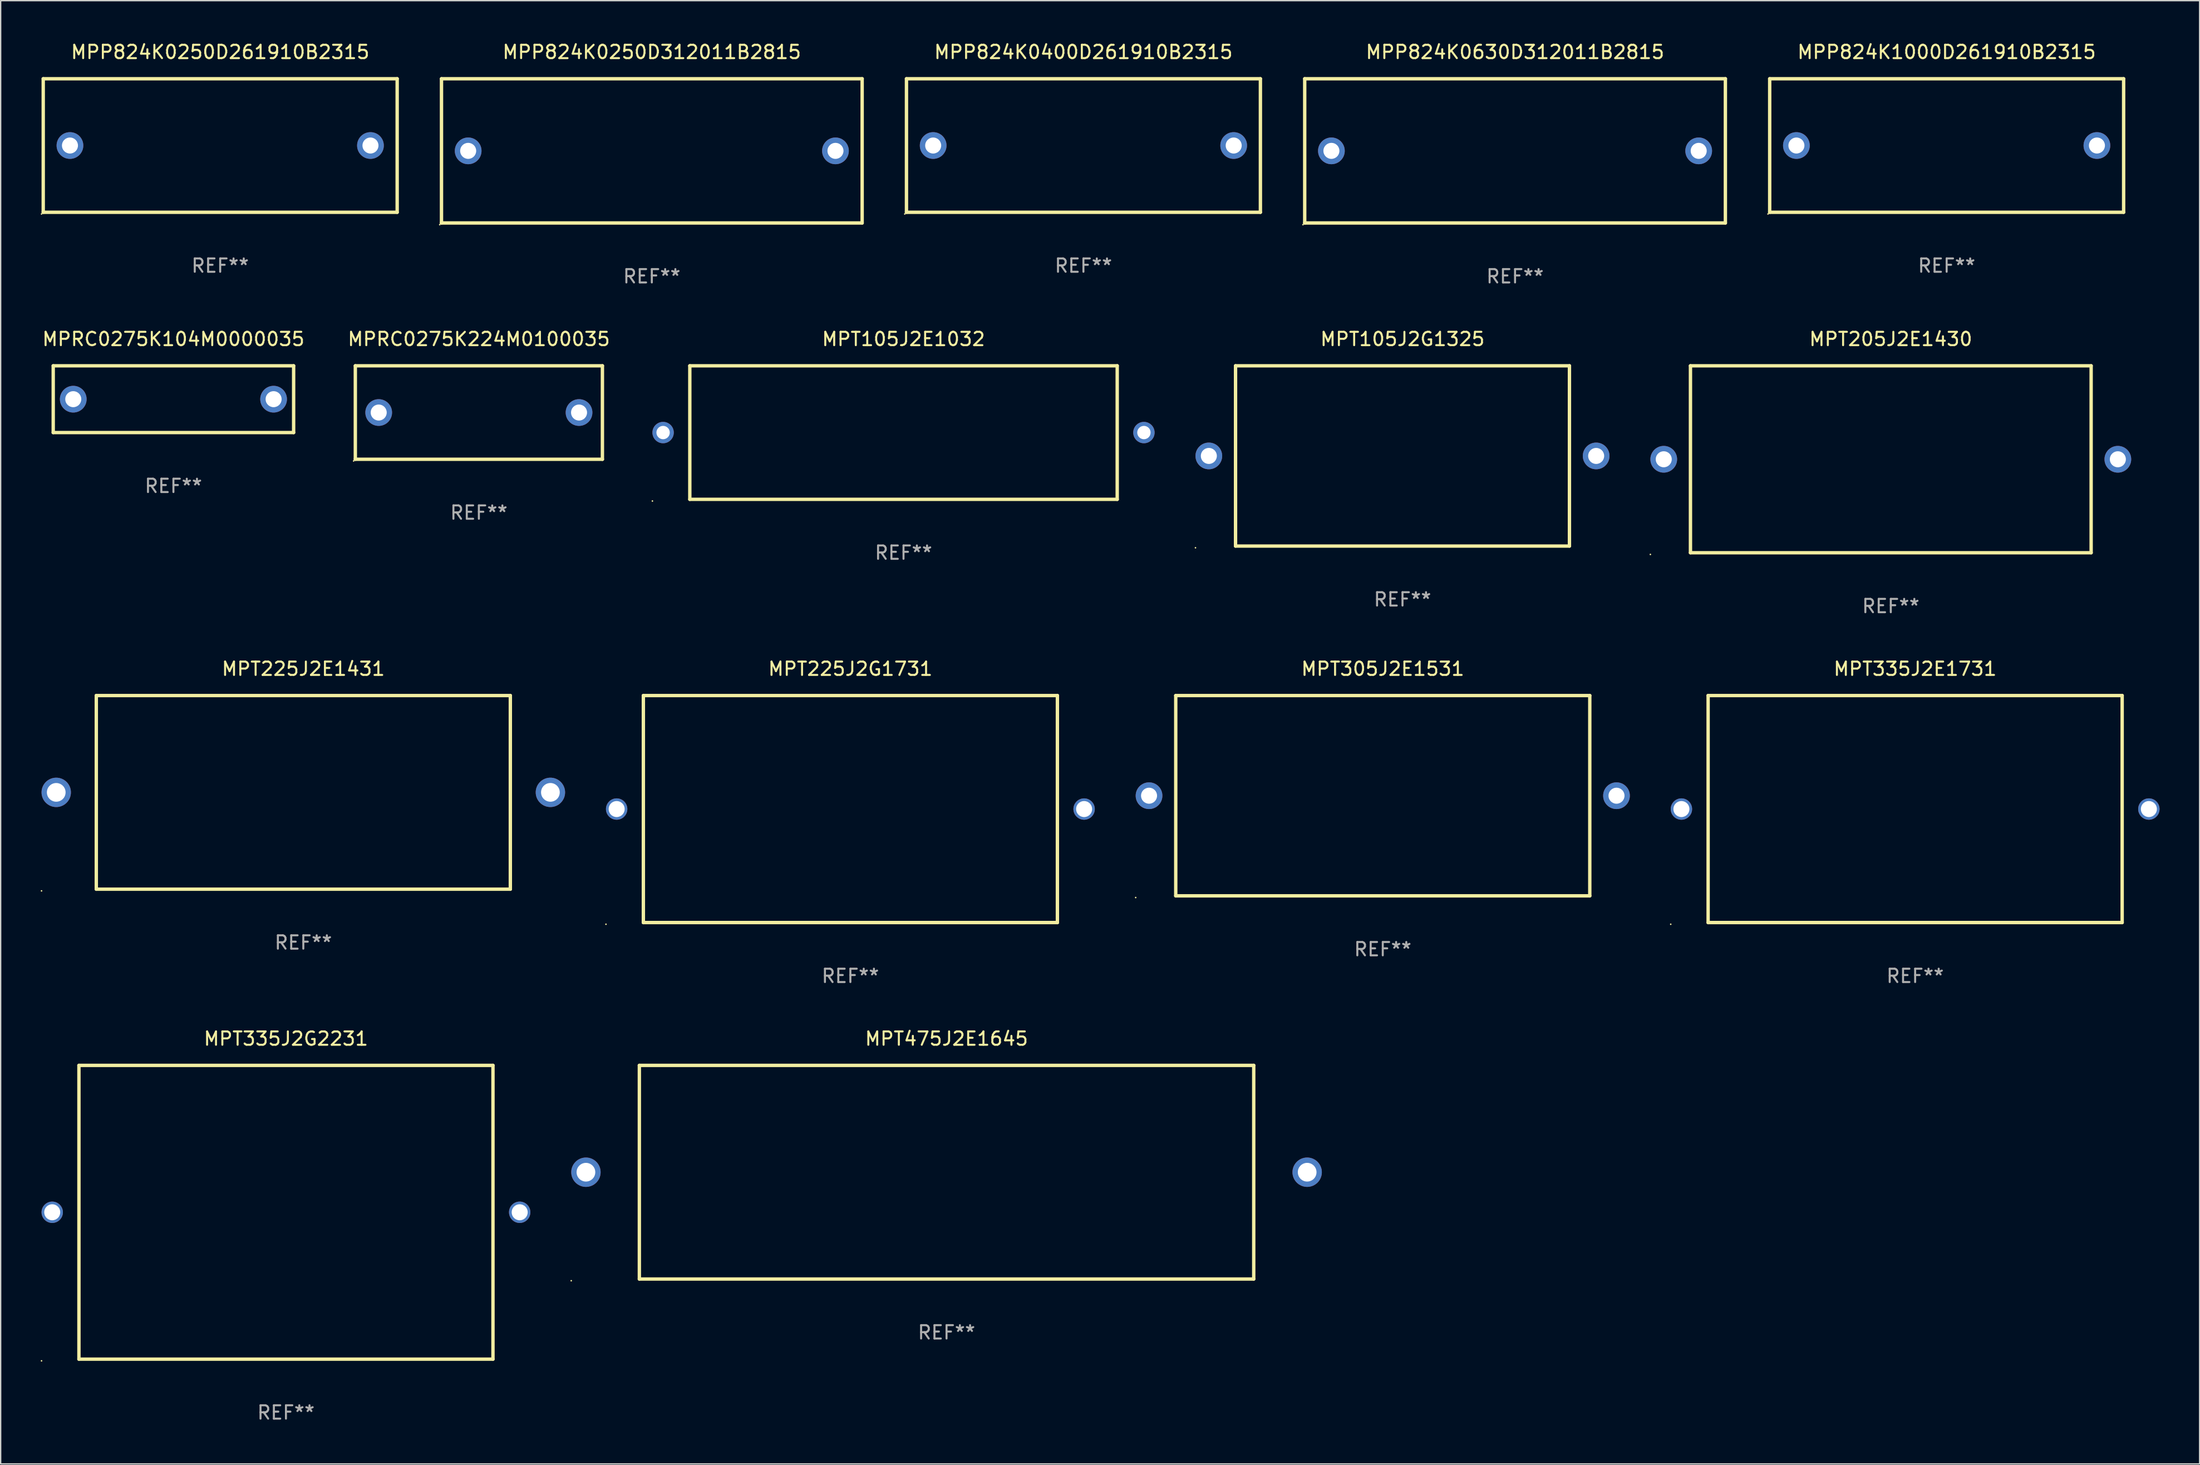
<source format=kicad_pcb>
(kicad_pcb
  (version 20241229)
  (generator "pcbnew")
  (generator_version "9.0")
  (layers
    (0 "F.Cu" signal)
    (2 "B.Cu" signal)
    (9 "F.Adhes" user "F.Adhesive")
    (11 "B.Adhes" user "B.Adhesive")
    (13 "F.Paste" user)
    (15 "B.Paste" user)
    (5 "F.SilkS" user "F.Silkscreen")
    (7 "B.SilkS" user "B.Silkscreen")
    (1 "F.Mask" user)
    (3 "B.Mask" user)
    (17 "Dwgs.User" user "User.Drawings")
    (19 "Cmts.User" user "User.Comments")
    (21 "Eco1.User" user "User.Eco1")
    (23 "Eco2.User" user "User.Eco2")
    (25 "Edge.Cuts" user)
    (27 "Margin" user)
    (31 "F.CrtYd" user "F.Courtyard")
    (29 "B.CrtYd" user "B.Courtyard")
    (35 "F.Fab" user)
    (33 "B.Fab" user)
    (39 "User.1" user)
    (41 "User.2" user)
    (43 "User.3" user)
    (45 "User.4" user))
  (footprint "MPT105J2G1325"
    (layer "F.Cu")
    (at 101.958 31.095)
    (property "Reference" "MPT105J2G1325" (at 0 -8.75 0) (layer "F.SilkS") (effects (font (size 1 1) (thickness 0.15))))
    (attr through_hole)
    (fp_line (start -12.5 -6.75) (end 12.5 -6.75) (stroke (width 0.254) (type solid)) (layer "F.SilkS"))
    (fp_line (start -12.5 6.75) (end -12.5 -6.75) (stroke (width 0.254) (type solid)) (layer "F.SilkS"))
    (fp_line (start -12.5 6.75) (end 12.5 6.75) (stroke (width 0.254) (type solid)) (layer "F.SilkS"))
    (fp_line (start 12.5 6.75) (end 12.5 -6.75) (stroke (width 0.254) (type solid)) (layer "F.SilkS"))
    (fp_circle (center -15.5 6.877) (end -15.47 6.877) (stroke (width 0.06) (type solid)) (fill no) (layer "F.SilkS"))
    (fp_text user "REF**" (at 0 10.75 0) (layer "F.Fab") (effects (font (size 1 1) (thickness 0.15))))
    (pad "1" thru_hole circle (at -14.5 0) (size 2 2) (drill 1.2) (layers "*.Cu" "*.Mask"))
    (pad "2" thru_hole circle (at 14.5 0) (size 2 2) (drill 1.2) (layers "*.Cu" "*.Mask")))
  (footprint "MPT105J2E1032"
    (layer "F.Cu")
    (at 64.598 29.345)
    (property "Reference" "MPT105J2E1032" (at 0 -7 0) (layer "F.SilkS") (effects (font (size 1 1) (thickness 0.15))))
    (attr through_hole)
    (fp_line (start -16 -5) (end 16 -5) (stroke (width 0.254) (type solid)) (layer "F.SilkS"))
    (fp_line (start -16 5) (end -16 -5) (stroke (width 0.254) (type solid)) (layer "F.SilkS"))
    (fp_line (start -16 5) (end 16 5) (stroke (width 0.254) (type solid)) (layer "F.SilkS"))
    (fp_line (start 16 5) (end 16 -5) (stroke (width 0.254) (type solid)) (layer "F.SilkS"))
    (fp_circle (center -18.8 5.127) (end -18.77 5.127) (stroke (width 0.06) (type solid)) (fill no) (layer "F.SilkS"))
    (fp_text user "REF**" (at 0 9 0) (layer "F.Fab") (effects (font (size 1 1) (thickness 0.15))))
    (pad "1" thru_hole circle (at -18 0) (size 1.6 1.6) (drill 1) (layers "*.Cu" "*.Mask"))
    (pad "2" thru_hole circle (at 18 0) (size 1.6 1.6) (drill 1) (layers "*.Cu" "*.Mask")))
  (footprint "MPT225J2E1431"
    (layer "F.Cu")
    (at 19.66 56.291)
    (property "Reference" "MPT225J2E1431" (at 0 -9.25 0) (layer "F.SilkS") (effects (font (size 1 1) (thickness 0.15))))
    (attr through_hole)
    (fp_line (start -15.5 -7.25) (end 15.5 -7.25) (stroke (width 0.254) (type solid)) (layer "F.SilkS"))
    (fp_line (start -15.5 7.25) (end -15.5 -7.25) (stroke (width 0.254) (type solid)) (layer "F.SilkS"))
    (fp_line (start 15.5 -7.25) (end 15.5 7.25) (stroke (width 0.254) (type solid)) (layer "F.SilkS"))
    (fp_line (start 15.5 7.25) (end -15.5 7.25) (stroke (width 0.254) (type solid)) (layer "F.SilkS"))
    (fp_circle (center -19.6 7.377) (end -19.57 7.377) (stroke (width 0.06) (type solid)) (fill no) (layer "F.SilkS"))
    (fp_text user "REF**" (at 0 11.25 0) (layer "F.Fab") (effects (font (size 1 1) (thickness 0.15))))
    (pad "1" thru_hole circle (at -18.5 -0.000013) (size 2.2 2.2) (drill 1.4) (layers "*.Cu" "*.Mask"))
    (pad "2" thru_hole circle (at 18.5 -0.000013) (size 2.2 2.2) (drill 1.4) (layers "*.Cu" "*.Mask")))
  (footprint "MPRC0275K104M0000035"
    (layer "F.Cu")
    (at 9.935 26.845)
    (property "Reference" "MPRC0275K104M0000035" (at 0 -4.5 0) (layer "F.SilkS") (effects (font (size 1 1) (thickness 0.15))))
    (attr through_hole)
    (fp_line (start -9 -2.5) (end 9 -2.5) (stroke (width 0.254) (type solid)) (layer "F.SilkS"))
    (fp_line (start -9 2.5) (end -9 -2.5) (stroke (width 0.254) (type solid)) (layer "F.SilkS"))
    (fp_line (start 9 -2.5) (end 9 2.5) (stroke (width 0.254) (type solid)) (layer "F.SilkS"))
    (fp_line (start 9 2.5) (end -9 2.5) (stroke (width 0.254) (type solid)) (layer "F.SilkS"))
    (fp_circle (center -9 2.5) (end -8.97 2.5) (stroke (width 0.06) (type solid)) (fill no) (layer "F.SilkS"))
    (fp_text user "REF**" (at 0 6.5 0) (layer "F.Fab") (effects (font (size 1 1) (thickness 0.15))))
    (pad "1" thru_hole circle (at -7.5 -0.000127) (size 2 2) (drill 1.2) (layers "*.Cu" "*.Mask"))
    (pad "2" thru_hole circle (at 7.5 -0.000127) (size 2 2) (drill 1.2) (layers "*.Cu" "*.Mask")))
  (footprint "MPP824K0250D312011B2815"
    (layer "F.Cu")
    (at 45.753 8.248)
    (property "Reference" "MPP824K0250D312011B2815" (at 0 -7.4 0) (layer "F.SilkS") (effects (font (size 1 1) (thickness 0.15))))
    (attr through_hole)
    (fp_line (start -15.748 -5.4) (end 15.752 -5.4) (stroke (width 0.254) (type solid)) (layer "F.SilkS"))
    (fp_line (start -15.748 5.4) (end -15.748 -5.4) (stroke (width 0.254) (type solid)) (layer "F.SilkS"))
    (fp_line (start 15.748 -5.4) (end 15.748 5.4) (stroke (width 0.254) (type solid)) (layer "F.SilkS"))
    (fp_line (start 15.748 5.4) (end -15.752 5.4) (stroke (width 0.254) (type solid)) (layer "F.SilkS"))
    (fp_circle (center -15.879 5.527) (end -15.849 5.527) (stroke (width 0.06) (type solid)) (fill no) (layer "F.SilkS"))
    (fp_text user "REF**" (at 0 9.4 0) (layer "F.Fab") (effects (font (size 1 1) (thickness 0.15))))
    (pad "1" thru_hole circle (at -13.75 0) (size 2 2) (drill 1.2) (layers "*.Cu" "*.Mask"))
    (pad "2" thru_hole circle (at 13.75 0) (size 2 2) (drill 1.2) (layers "*.Cu" "*.Mask")))
  (footprint "MPT225J2G1731"
    (layer "F.Cu")
    (at 60.62 57.541)
    (property "Reference" "MPT225J2G1731" (at 0 -10.5 0) (layer "F.SilkS") (effects (font (size 1 1) (thickness 0.15))))
    (attr through_hole)
    (fp_line (start -15.5 -8.5) (end 15.5 -8.5) (stroke (width 0.254) (type solid)) (layer "F.SilkS"))
    (fp_line (start -15.5 8.5) (end -15.5 -8.5) (stroke (width 0.254) (type solid)) (layer "F.SilkS"))
    (fp_line (start -15.5 8.5) (end 15.5 8.5) (stroke (width 0.254) (type solid)) (layer "F.SilkS"))
    (fp_line (start 15.5 8.5) (end 15.5 -8.5) (stroke (width 0.254) (type solid)) (layer "F.SilkS"))
    (fp_circle (center -18.3 8.627) (end -18.27 8.627) (stroke (width 0.06) (type solid)) (fill no) (layer "F.SilkS"))
    (fp_text user "REF**" (at 0 12.5 0) (layer "F.Fab") (effects (font (size 1 1) (thickness 0.15))))
    (pad "1" thru_hole circle (at -17.5 0) (size 1.6 1.6) (drill 1.2) (layers "*.Cu" "*.Mask"))
    (pad "2" thru_hole circle (at 17.5 0) (size 1.6 1.6) (drill 1.2) (layers "*.Cu" "*.Mask")))
  (footprint "MPT305J2E1531"
    (layer "F.Cu")
    (at 100.481 56.541)
    (property "Reference" "MPT305J2E1531" (at 0 -9.5 0) (layer "F.SilkS") (effects (font (size 1 1) (thickness 0.15))))
    (attr through_hole)
    (fp_line (start -15.5 -7.5) (end -15.5 7.5) (stroke (width 0.254) (type solid)) (layer "F.SilkS"))
    (fp_line (start -15.5 -7.5) (end 15.5 -7.5) (stroke (width 0.254) (type solid)) (layer "F.SilkS"))
    (fp_line (start -15.5 7.5) (end 15.5 7.5) (stroke (width 0.254) (type solid)) (layer "F.SilkS"))
    (fp_line (start 15.5 -7.5) (end 15.5 7.5) (stroke (width 0.254) (type solid)) (layer "F.SilkS"))
    (fp_circle (center -18.5 7.627) (end -18.47 7.627) (stroke (width 0.06) (type solid)) (fill no) (layer "F.SilkS"))
    (fp_text user "REF**" (at 0 11.5 0) (layer "F.Fab") (effects (font (size 1 1) (thickness 0.15))))
    (pad "1" thru_hole circle (at -17.5 0) (size 2 2) (drill 1.2) (layers "*.Cu" "*.Mask"))
    (pad "2" thru_hole circle (at 17.5 0) (size 2 2) (drill 1.2) (layers "*.Cu" "*.Mask")))
  (footprint "MPRC0275K224M0100035"
    (layer "F.Cu")
    (at 32.804 27.845)
    (property "Reference" "MPRC0275K224M0100035" (at 0 -5.5 0) (layer "F.SilkS") (effects (font (size 1 1) (thickness 0.15))))
    (attr through_hole)
    (fp_line (start -9.25 -3.5) (end 9.25 -3.5) (stroke (width 0.254) (type solid)) (layer "F.SilkS"))
    (fp_line (start -9.25 3.5) (end -9.25 -3.5) (stroke (width 0.254) (type solid)) (layer "F.SilkS"))
    (fp_line (start 9.25 -3.5) (end 9.25 3.5) (stroke (width 0.254) (type solid)) (layer "F.SilkS"))
    (fp_line (start 9.25 3.5) (end -9.25 3.5) (stroke (width 0.254) (type solid)) (layer "F.SilkS"))
    (fp_circle (center -9.377 3.627) (end -9.347 3.627) (stroke (width 0.06) (type solid)) (fill no) (layer "F.SilkS"))
    (fp_text user "REF**" (at 0 7.5 0) (layer "F.Fab") (effects (font (size 1 1) (thickness 0.15))))
    (pad "1" thru_hole circle (at -7.5 0) (size 2 2) (drill 1.2) (layers "*.Cu" "*.Mask"))
    (pad "2" thru_hole circle (at 7.5 0) (size 2 2) (drill 1.2) (layers "*.Cu" "*.Mask")))
  (footprint "MPP824K0630D312011B2815"
    (layer "F.Cu")
    (at 110.385 8.248)
    (property "Reference" "MPP824K0630D312011B2815" (at 0 -7.4 0) (layer "F.SilkS") (effects (font (size 1 1) (thickness 0.15))))
    (attr through_hole)
    (fp_line (start -15.748 -5.4) (end 15.752 -5.4) (stroke (width 0.254) (type solid)) (layer "F.SilkS"))
    (fp_line (start -15.748 5.4) (end -15.748 -5.4) (stroke (width 0.254) (type solid)) (layer "F.SilkS"))
    (fp_line (start 15.748 -5.4) (end 15.748 5.4) (stroke (width 0.254) (type solid)) (layer "F.SilkS"))
    (fp_line (start 15.748 5.4) (end -15.752 5.4) (stroke (width 0.254) (type solid)) (layer "F.SilkS"))
    (fp_circle (center -15.879 5.527) (end -15.849 5.527) (stroke (width 0.06) (type solid)) (fill no) (layer "F.SilkS"))
    (fp_text user "REF**" (at 0 9.4 0) (layer "F.Fab") (effects (font (size 1 1) (thickness 0.15))))
    (pad "1" thru_hole circle (at -13.75 0) (size 2 2) (drill 1.2) (layers "*.Cu" "*.Mask"))
    (pad "2" thru_hole circle (at 13.75 0) (size 2 2) (drill 1.2) (layers "*.Cu" "*.Mask")))
  (footprint "MPT205J2E1430"
    (layer "F.Cu")
    (at 138.518 31.345)
    (property "Reference" "MPT205J2E1430" (at 0 -9 0) (layer "F.SilkS") (effects (font (size 1 1) (thickness 0.15))))
    (attr through_hole)
    (fp_line (start -15 -7) (end 15 -7) (stroke (width 0.254) (type solid)) (layer "F.SilkS"))
    (fp_line (start -15 7) (end -15 -7) (stroke (width 0.254) (type solid)) (layer "F.SilkS"))
    (fp_line (start -15 7) (end 15 7) (stroke (width 0.254) (type solid)) (layer "F.SilkS"))
    (fp_line (start 15 7) (end 15 -7) (stroke (width 0.254) (type solid)) (layer "F.SilkS"))
    (fp_circle (center -18 7.127) (end -17.97 7.127) (stroke (width 0.06) (type solid)) (fill no) (layer "F.SilkS"))
    (fp_text user "REF**" (at 0 11 0) (layer "F.Fab") (effects (font (size 1 1) (thickness 0.15))))
    (pad "1" thru_hole circle (at -17 0) (size 2 2) (drill 1.2) (layers "*.Cu" "*.Mask"))
    (pad "2" thru_hole circle (at 17 0) (size 2 2) (drill 1.2) (layers "*.Cu" "*.Mask")))
  (footprint "MPT335J2G2231"
    (layer "F.Cu")
    (at 18.36 87.738)
    (property "Reference" "MPT335J2G2231" (at 0 -13 0) (layer "F.SilkS") (effects (font (size 1 1) (thickness 0.15))))
    (attr through_hole)
    (fp_line (start -15.5 -11) (end 15.5 -11) (stroke (width 0.254) (type solid)) (layer "F.SilkS"))
    (fp_line (start -15.5 11) (end -15.5 -11) (stroke (width 0.254) (type solid)) (layer "F.SilkS"))
    (fp_line (start -15.5 11) (end 15.5 11) (stroke (width 0.254) (type solid)) (layer "F.SilkS"))
    (fp_line (start 15.5 11) (end 15.5 -11) (stroke (width 0.254) (type solid)) (layer "F.SilkS"))
    (fp_circle (center -18.3 11.127) (end -18.27 11.127) (stroke (width 0.06) (type solid)) (fill no) (layer "F.SilkS"))
    (fp_text user "REF**" (at 0 15 0) (layer "F.Fab") (effects (font (size 1 1) (thickness 0.15))))
    (pad "1" thru_hole circle (at -17.5 0) (size 1.6 1.6) (drill 1.2) (layers "*.Cu" "*.Mask"))
    (pad "2" thru_hole circle (at 17.5 0) (size 1.6 1.6) (drill 1.2) (layers "*.Cu" "*.Mask")))
  (footprint "MPT335J2E1731"
    (layer "F.Cu")
    (at 140.341 57.541)
    (property "Reference" "MPT335J2E1731" (at 0 -10.5 0) (layer "F.SilkS") (effects (font (size 1 1) (thickness 0.15))))
    (attr through_hole)
    (fp_line (start -15.5 -8.5) (end 15.5 -8.5) (stroke (width 0.254) (type solid)) (layer "F.SilkS"))
    (fp_line (start -15.5 8.5) (end -15.5 -8.5) (stroke (width 0.254) (type solid)) (layer "F.SilkS"))
    (fp_line (start -15.5 8.5) (end 15.5 8.5) (stroke (width 0.254) (type solid)) (layer "F.SilkS"))
    (fp_line (start 15.5 8.5) (end 15.5 -8.5) (stroke (width 0.254) (type solid)) (layer "F.SilkS"))
    (fp_circle (center -18.3 8.627) (end -18.27 8.627) (stroke (width 0.06) (type solid)) (fill no) (layer "F.SilkS"))
    (fp_text user "REF**" (at 0 12.5 0) (layer "F.Fab") (effects (font (size 1 1) (thickness 0.15))))
    (pad "1" thru_hole circle (at -17.5 0) (size 1.6 1.6) (drill 1.2) (layers "*.Cu" "*.Mask"))
    (pad "2" thru_hole circle (at 17.5 0) (size 1.6 1.6) (drill 1.2) (layers "*.Cu" "*.Mask")))
  (footprint "MPP824K0250D261910B2315"
    (layer "F.Cu")
    (at 13.437 7.848)
    (property "Reference" "MPP824K0250D261910B2315" (at 0 -7 0) (layer "F.SilkS") (effects (font (size 1 1) (thickness 0.15))))
    (attr through_hole)
    (fp_line (start -13.25 -5) (end 13.25 -5) (stroke (width 0.254) (type solid)) (layer "F.SilkS"))
    (fp_line (start -13.25 5) (end -13.25 -5) (stroke (width 0.254) (type solid)) (layer "F.SilkS"))
    (fp_line (start 13.25 -5) (end 13.25 5) (stroke (width 0.254) (type solid)) (layer "F.SilkS"))
    (fp_line (start 13.25 5) (end -13.25 5) (stroke (width 0.254) (type solid)) (layer "F.SilkS"))
    (fp_circle (center -13.377 5.127) (end -13.347 5.127) (stroke (width 0.06) (type solid)) (fill no) (layer "F.SilkS"))
    (fp_text user "REF**" (at 0 9 0) (layer "F.Fab") (effects (font (size 1 1) (thickness 0.15))))
    (pad "1" thru_hole circle (at -11.25 0) (size 2 2) (drill 1.2) (layers "*.Cu" "*.Mask"))
    (pad "2" thru_hole circle (at 11.25 0) (size 2 2) (drill 1.2) (layers "*.Cu" "*.Mask")))
  (footprint "MPP824K1000D261910B2315"
    (layer "F.Cu")
    (at 142.701 7.848)
    (property "Reference" "MPP824K1000D261910B2315" (at 0 -7 0) (layer "F.SilkS") (effects (font (size 1 1) (thickness 0.15))))
    (attr through_hole)
    (fp_line (start -13.25 -5) (end 13.25 -5) (stroke (width 0.254) (type solid)) (layer "F.SilkS"))
    (fp_line (start -13.25 5) (end -13.25 -5) (stroke (width 0.254) (type solid)) (layer "F.SilkS"))
    (fp_line (start 13.25 -5) (end 13.25 5) (stroke (width 0.254) (type solid)) (layer "F.SilkS"))
    (fp_line (start 13.25 5) (end -13.25 5) (stroke (width 0.254) (type solid)) (layer "F.SilkS"))
    (fp_circle (center -13.377 5.127) (end -13.347 5.127) (stroke (width 0.06) (type solid)) (fill no) (layer "F.SilkS"))
    (fp_text user "REF**" (at 0 9 0) (layer "F.Fab") (effects (font (size 1 1) (thickness 0.15))))
    (pad "1" thru_hole circle (at -11.25 0) (size 2 2) (drill 1.2) (layers "*.Cu" "*.Mask"))
    (pad "2" thru_hole circle (at 11.25 0) (size 2 2) (drill 1.2) (layers "*.Cu" "*.Mask")))
  (footprint "MPT475J2E1645"
    (layer "F.Cu")
    (at 67.82 84.738)
    (property "Reference" "MPT475J2E1645" (at 0 -10 0) (layer "F.SilkS") (effects (font (size 1 1) (thickness 0.15))))
    (attr through_hole)
    (fp_line (start -23 -8) (end -23 8) (stroke (width 0.254) (type solid)) (layer "F.SilkS"))
    (fp_line (start -23 -8) (end 23 -8) (stroke (width 0.254) (type solid)) (layer "F.SilkS"))
    (fp_line (start 23 -8) (end 23 8) (stroke (width 0.254) (type solid)) (layer "F.SilkS"))
    (fp_line (start 23 8) (end -23 8) (stroke (width 0.254) (type solid)) (layer "F.SilkS"))
    (fp_circle (center -28.1 8.127) (end -28.07 8.127) (stroke (width 0.06) (type solid)) (fill no) (layer "F.SilkS"))
    (fp_text user "REF**" (at 0 12 0) (layer "F.Fab") (effects (font (size 1 1) (thickness 0.15))))
    (pad "1" thru_hole circle (at -27 0) (size 2.2 2.2) (drill 1.4) (layers "*.Cu" "*.Mask"))
    (pad "2" thru_hole circle (at 27 0) (size 2.2 2.2) (drill 1.4) (layers "*.Cu" "*.Mask")))
  (footprint "MPP824K0400D261910B2315"
    (layer "F.Cu")
    (at 78.069 7.848)
    (property "Reference" "MPP824K0400D261910B2315" (at 0 -7 0) (layer "F.SilkS") (effects (font (size 1 1) (thickness 0.15))))
    (attr through_hole)
    (fp_line (start -13.25 -5) (end 13.25 -5) (stroke (width 0.254) (type solid)) (layer "F.SilkS"))
    (fp_line (start -13.25 5) (end -13.25 -5) (stroke (width 0.254) (type solid)) (layer "F.SilkS"))
    (fp_line (start 13.25 -5) (end 13.25 5) (stroke (width 0.254) (type solid)) (layer "F.SilkS"))
    (fp_line (start 13.25 5) (end -13.25 5) (stroke (width 0.254) (type solid)) (layer "F.SilkS"))
    (fp_circle (center -13.377 5.127) (end -13.347 5.127) (stroke (width 0.06) (type solid)) (fill no) (layer "F.SilkS"))
    (fp_text user "REF**" (at 0 9 0) (layer "F.Fab") (effects (font (size 1 1) (thickness 0.15))))
    (pad "1" thru_hole circle (at -11.25 0) (size 2 2) (drill 1.2) (layers "*.Cu" "*.Mask"))
    (pad "2" thru_hole circle (at 11.25 0) (size 2 2) (drill 1.2) (layers "*.Cu" "*.Mask")))
  (gr_rect
    (start -3 -3)
    (end 161.641 106.586)
    (stroke (width 0.1) (type default))
    (fill no)
    (layer "Edge.Cuts")))
</source>
